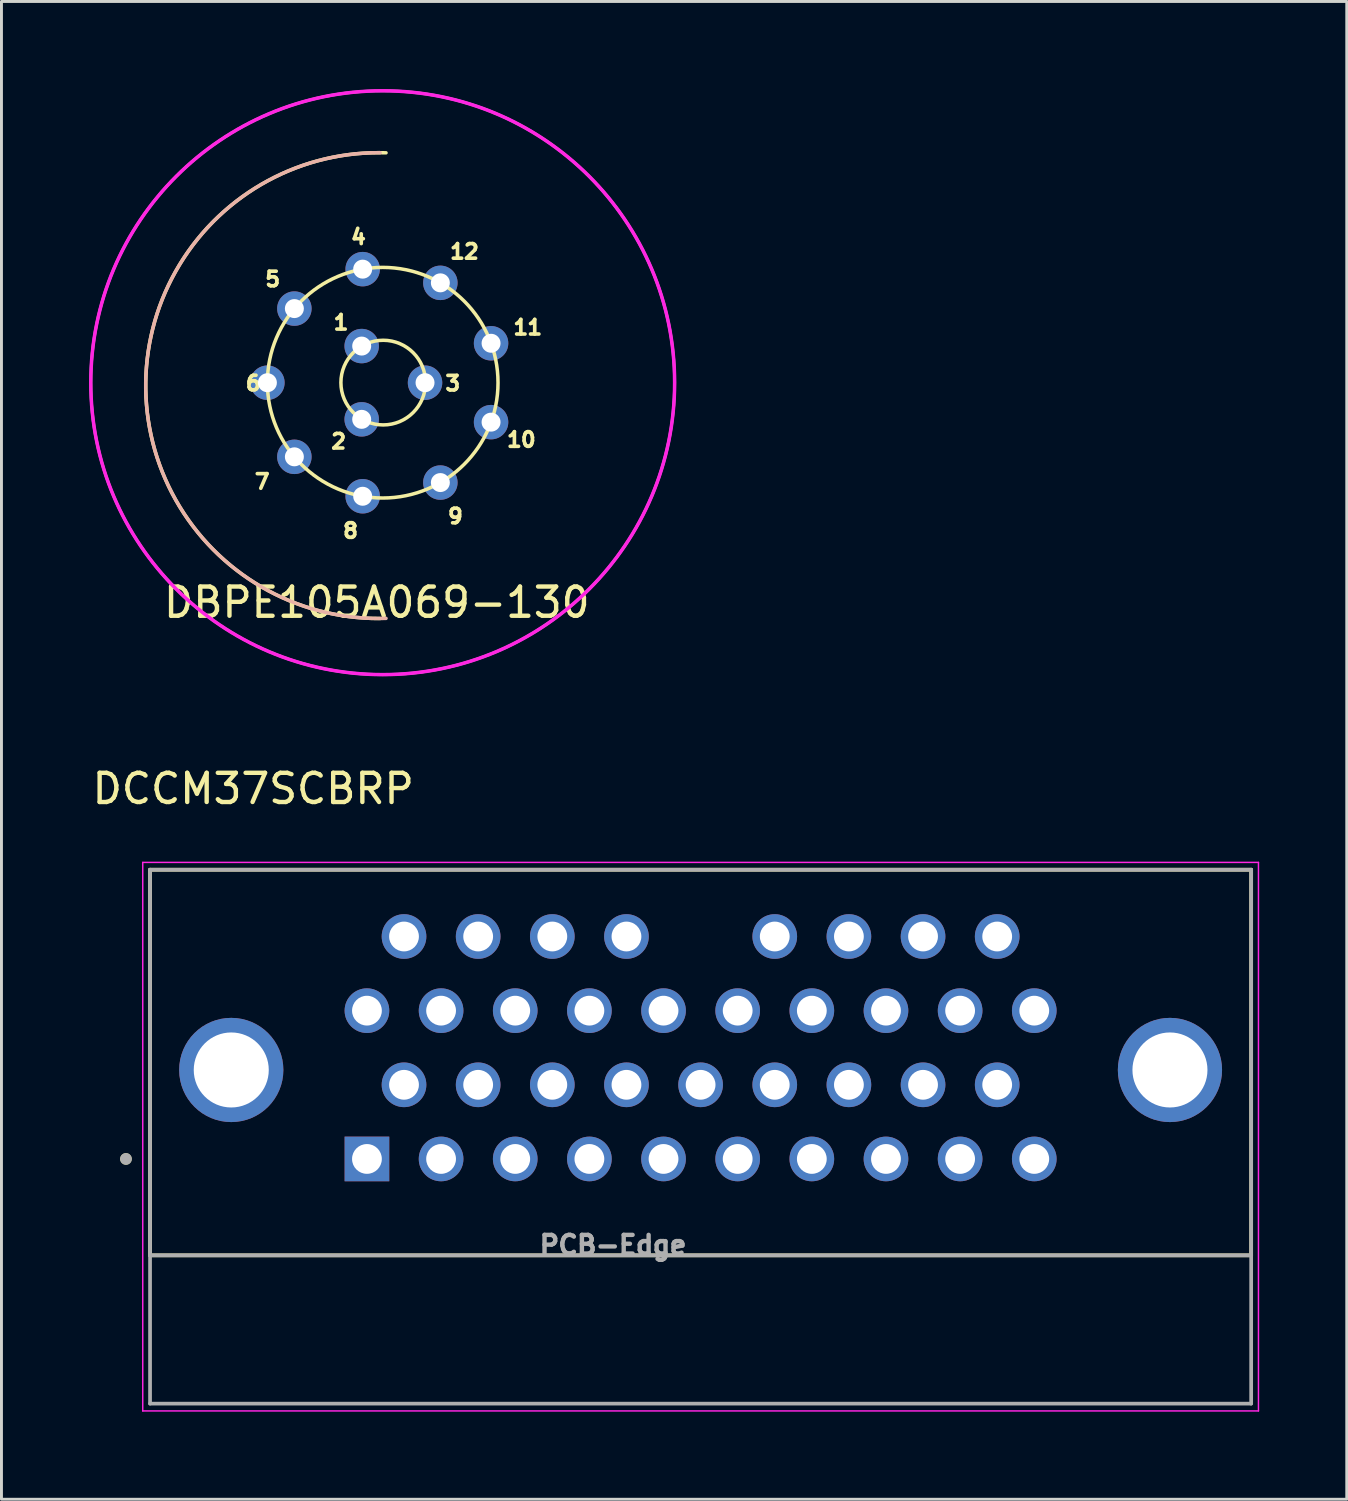
<source format=kicad_pcb>
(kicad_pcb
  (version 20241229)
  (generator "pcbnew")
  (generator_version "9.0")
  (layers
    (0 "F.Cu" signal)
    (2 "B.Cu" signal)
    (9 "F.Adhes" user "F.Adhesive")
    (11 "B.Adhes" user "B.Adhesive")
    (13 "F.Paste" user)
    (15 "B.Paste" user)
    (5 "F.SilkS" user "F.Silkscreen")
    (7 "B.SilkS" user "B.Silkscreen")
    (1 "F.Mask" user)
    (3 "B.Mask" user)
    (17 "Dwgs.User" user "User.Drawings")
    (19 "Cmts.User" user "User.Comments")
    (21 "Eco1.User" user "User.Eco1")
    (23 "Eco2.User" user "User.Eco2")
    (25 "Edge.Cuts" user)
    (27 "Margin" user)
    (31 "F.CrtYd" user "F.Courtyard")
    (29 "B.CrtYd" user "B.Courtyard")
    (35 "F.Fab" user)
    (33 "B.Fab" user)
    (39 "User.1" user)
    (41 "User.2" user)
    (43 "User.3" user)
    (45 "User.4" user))
  (footprint "DCCM37SCBRP"
    (layer "F.Cu")
    (at 20.95 33.603)
    (property "Reference" "DCCM37SCBRP" (at -15.325 -9.635 0) (layer "F.SilkS") (effects (font (size 1 1) (thickness 0.15))))
    (attr through_hole)
    (fp_line (start -18.86 -6.86) (end 18.86 -6.86) (stroke (width 0.127) (type solid)) (layer "F.SilkS"))
    (fp_line (start -18.86 6.35) (end -18.86 -6.86) (stroke (width 0.127) (type solid)) (layer "F.SilkS"))
    (fp_line (start -18.86 6.35) (end 18.86 6.35) (stroke (width 0.127) (type solid)) (layer "F.SilkS"))
    (fp_line (start 18.86 -6.86) (end 18.86 6.35) (stroke (width 0.127) (type solid)) (layer "F.SilkS"))
    (fp_circle (center -19.685 3.048) (end -19.585 3.048) (stroke (width 0.2) (type solid)) (fill no) (layer "F.SilkS"))
    (fp_line (start -19.11 -7.11) (end -19.11 11.68) (stroke (width 0.05) (type solid)) (layer "F.CrtYd"))
    (fp_line (start -19.11 11.68) (end 19.11 11.68) (stroke (width 0.05) (type solid)) (layer "F.CrtYd"))
    (fp_line (start 19.11 -7.11) (end -19.11 -7.11) (stroke (width 0.05) (type solid)) (layer "F.CrtYd"))
    (fp_line (start 19.11 11.68) (end 19.11 -7.11) (stroke (width 0.05) (type solid)) (layer "F.CrtYd"))
    (fp_line (start -18.86 -6.86) (end 18.86 -6.86) (stroke (width 0.127) (type solid)) (layer "F.Fab"))
    (fp_line (start -18.86 6.35) (end -18.86 -6.86) (stroke (width 0.127) (type solid)) (layer "F.Fab"))
    (fp_line (start -18.86 6.35) (end 18.86 6.35) (stroke (width 0.127) (type solid)) (layer "F.Fab"))
    (fp_line (start -18.86 11.43) (end -18.86 6.35) (stroke (width 0.127) (type solid)) (layer "F.Fab"))
    (fp_line (start 18.86 -6.86) (end 18.86 6.35) (stroke (width 0.127) (type solid)) (layer "F.Fab"))
    (fp_line (start 18.86 6.35) (end 18.86 11.43) (stroke (width 0.127) (type solid)) (layer "F.Fab"))
    (fp_line (start 18.86 11.43) (end -18.86 11.43) (stroke (width 0.127) (type solid)) (layer "F.Fab"))
    (fp_circle (center -19.685 3.048) (end -19.585 3.048) (stroke (width 0.2) (type solid)) (fill no) (layer "F.Fab"))
    (fp_text user "PCB-Edge" (at -3 6 0) (layer "F.Fab") (effects (font (size 0.64 0.64) (thickness 0.15))))
    (pad "0" thru_hole circle (at -16.078 0) (size 3.57 3.57) (drill 2.57) (layers "*.Cu" "*.Mask"))
    (pad "0" thru_hole circle (at 16.078 0) (size 3.57 3.57) (drill 2.57) (layers "*.Cu" "*.Mask"))
    (pad "1" thru_hole rect (at -11.43 3.048) (size 1.53 1.53) (drill 1.02) (layers "*.Cu" "*.Mask"))
    (pad "2" thru_hole circle (at -10.16 0.508) (size 1.53 1.53) (drill 1.02) (layers "*.Cu" "*.Mask"))
    (pad "3" thru_hole circle (at -8.89 3.048) (size 1.53 1.53) (drill 1.02) (layers "*.Cu" "*.Mask"))
    (pad "4" thru_hole circle (at -7.62 0.508) (size 1.53 1.53) (drill 1.02) (layers "*.Cu" "*.Mask"))
    (pad "5" thru_hole circle (at -6.35 3.048) (size 1.53 1.53) (drill 1.02) (layers "*.Cu" "*.Mask"))
    (pad "6" thru_hole circle (at -5.08 0.508) (size 1.53 1.53) (drill 1.02) (layers "*.Cu" "*.Mask"))
    (pad "7" thru_hole circle (at -3.81 3.048) (size 1.53 1.53) (drill 1.02) (layers "*.Cu" "*.Mask"))
    (pad "8" thru_hole circle (at -2.54 0.508) (size 1.53 1.53) (drill 1.02) (layers "*.Cu" "*.Mask"))
    (pad "9" thru_hole circle (at -1.27 3.048) (size 1.53 1.53) (drill 1.02) (layers "*.Cu" "*.Mask"))
    (pad "10" thru_hole circle (at 0 0.508) (size 1.53 1.53) (drill 1.02) (layers "*.Cu" "*.Mask"))
    (pad "11" thru_hole circle (at 1.27 3.048) (size 1.53 1.53) (drill 1.02) (layers "*.Cu" "*.Mask"))
    (pad "12" thru_hole circle (at 2.54 0.508) (size 1.53 1.53) (drill 1.02) (layers "*.Cu" "*.Mask"))
    (pad "13" thru_hole circle (at 3.81 3.048) (size 1.53 1.53) (drill 1.02) (layers "*.Cu" "*.Mask"))
    (pad "14" thru_hole circle (at 5.08 0.508) (size 1.53 1.53) (drill 1.02) (layers "*.Cu" "*.Mask"))
    (pad "15" thru_hole circle (at 6.35 3.048) (size 1.53 1.53) (drill 1.02) (layers "*.Cu" "*.Mask"))
    (pad "16" thru_hole circle (at 7.62 0.508) (size 1.53 1.53) (drill 1.02) (layers "*.Cu" "*.Mask"))
    (pad "17" thru_hole circle (at 8.89 3.048) (size 1.53 1.53) (drill 1.02) (layers "*.Cu" "*.Mask"))
    (pad "18" thru_hole circle (at 10.16 0.508) (size 1.53 1.53) (drill 1.02) (layers "*.Cu" "*.Mask"))
    (pad "19" thru_hole circle (at 11.43 3.048) (size 1.53 1.53) (drill 1.02) (layers "*.Cu" "*.Mask"))
    (pad "20" thru_hole circle (at -11.43 -2.032) (size 1.53 1.53) (drill 1.02) (layers "*.Cu" "*.Mask"))
    (pad "21" thru_hole circle (at -10.16 -4.572) (size 1.53 1.53) (drill 1.02) (layers "*.Cu" "*.Mask"))
    (pad "22" thru_hole circle (at -8.89 -2.032) (size 1.53 1.53) (drill 1.02) (layers "*.Cu" "*.Mask"))
    (pad "23" thru_hole circle (at -7.62 -4.572) (size 1.53 1.53) (drill 1.02) (layers "*.Cu" "*.Mask"))
    (pad "24" thru_hole circle (at -6.35 -2.032) (size 1.53 1.53) (drill 1.02) (layers "*.Cu" "*.Mask"))
    (pad "25" thru_hole circle (at -5.08 -4.572) (size 1.53 1.53) (drill 1.02) (layers "*.Cu" "*.Mask"))
    (pad "26" thru_hole circle (at -3.81 -2.032) (size 1.53 1.53) (drill 1.02) (layers "*.Cu" "*.Mask"))
    (pad "27" thru_hole circle (at -2.54 -4.572) (size 1.53 1.53) (drill 1.02) (layers "*.Cu" "*.Mask"))
    (pad "28" thru_hole circle (at -1.27 -2.032) (size 1.53 1.53) (drill 1.02) (layers "*.Cu" "*.Mask"))
    (pad "29" thru_hole circle (at 1.27 -2.032) (size 1.53 1.53) (drill 1.02) (layers "*.Cu" "*.Mask"))
    (pad "30" thru_hole circle (at 2.54 -4.572) (size 1.53 1.53) (drill 1.02) (layers "*.Cu" "*.Mask"))
    (pad "31" thru_hole circle (at 3.81 -2.032) (size 1.53 1.53) (drill 1.02) (layers "*.Cu" "*.Mask"))
    (pad "32" thru_hole circle (at 5.08 -4.572) (size 1.53 1.53) (drill 1.02) (layers "*.Cu" "*.Mask"))
    (pad "33" thru_hole circle (at 6.35 -2.032) (size 1.53 1.53) (drill 1.02) (layers "*.Cu" "*.Mask"))
    (pad "34" thru_hole circle (at 7.62 -4.572) (size 1.53 1.53) (drill 1.02) (layers "*.Cu" "*.Mask"))
    (pad "35" thru_hole circle (at 8.89 -2.032) (size 1.53 1.53) (drill 1.02) (layers "*.Cu" "*.Mask"))
    (pad "36" thru_hole circle (at 10.16 -4.572) (size 1.53 1.53) (drill 1.02) (layers "*.Cu" "*.Mask"))
    (pad "37" thru_hole circle (at 11.43 -2.032) (size 1.53 1.53) (drill 1.02) (layers "*.Cu" "*.Mask")))
  (footprint "DBPE105A069-130"
    (layer "F.Cu")
    (at 10.06 10.06)
    (property "Reference" "DBPE105A069-130" (at -0.202 7.528 0) (unlocked yes) (layer "F.SilkS") (effects (font (size 1 1) (thickness 0.15))))
    (attr through_hole)
    (fp_arc (start -0.088 8.077) (mid -8.116528 -0.001651) (end 0.113266 -7.875174) (stroke (width 0.12) (type solid)) (layer "F.SilkS"))
    (fp_circle (center 0 0) (end 3.95 0) (stroke (width 0.12) (type solid)) (fill no) (layer "F.SilkS"))
    (fp_circle (center 0.018 -0.004) (end 1.468 -0.004) (stroke (width 0.12) (type solid)) (fill no) (layer "F.SilkS"))
    (fp_arc (start 0.113266 8.073174) (mid -8.116528 0.199651) (end -0.088 -7.879) (stroke (width 0.12) (type solid)) (layer "B.SilkS"))
    (fp_circle (center 0 0) (end 10 0) (stroke (width 0.12) (type solid)) (fill no) (layer "F.CrtYd"))
    (fp_circle (center 0 0) (end 10 0) (stroke (width 0.1) (type solid)) (fill no) (layer "F.Fab"))
    (fp_text user "7" (at -4.129 3.39 0) (unlocked yes) (layer "F.SilkS") (effects (font (size 0.5 0.5) (thickness 0.125))))
    (fp_text user "1" (at -1.428 -2.062 0) (unlocked yes) (layer "F.SilkS") (effects (font (size 0.5 0.5) (thickness 0.125))))
    (fp_text user "8" (at -1.102 5.071 0) (unlocked yes) (layer "F.SilkS") (effects (font (size 0.5 0.5) (thickness 0.125))))
    (fp_text user "9" (at 2.49 4.574 0) (unlocked yes) (layer "F.SilkS") (effects (font (size 0.5 0.5) (thickness 0.125))))
    (fp_text user "5" (at -3.768 -3.545 0) (unlocked yes) (layer "F.SilkS") (effects (font (size 0.5 0.5) (thickness 0.125))))
    (fp_text user "4" (at -0.831 -4.991 0) (unlocked yes) (layer "F.SilkS") (effects (font (size 0.5 0.5) (thickness 0.125))))
    (fp_text user "6" (at -4.436 0.019 0) (unlocked yes) (layer "F.SilkS") (effects (font (size 0.5 0.5) (thickness 0.125))))
    (fp_text user "3" (at 2.4 0.024 0) (unlocked yes) (layer "F.SilkS") (effects (font (size 0.5 0.5) (thickness 0.125))))
    (fp_text user "12" (at 2.8 -4.491 0) (unlocked yes) (layer "F.SilkS") (effects (font (size 0.5 0.5) (thickness 0.125))))
    (fp_text user "10" (at 4.749 1.953 0) (unlocked yes) (layer "F.SilkS") (effects (font (size 0.5 0.5) (thickness 0.125))))
    (fp_text user "2" (at -1.509 2.012 0) (unlocked yes) (layer "F.SilkS") (effects (font (size 0.5 0.5) (thickness 0.125))))
    (fp_text user "11" (at 4.969 -1.893 0) (unlocked yes) (layer "F.SilkS") (effects (font (size 0.5 0.5) (thickness 0.125))))
    (pad "1" thru_hole circle (at -0.72 -1.255) (size 1.18 1.18) (drill 0.65) (layers "*.Cu" "*.Mask"))
    (pad "2" thru_hole circle (at -0.72 1.255) (size 1.18 1.18) (drill 0.65) (layers "*.Cu" "*.Mask"))
    (pad "3" thru_hole circle (at 1.45 0) (size 1.18 1.18) (drill 0.65) (layers "*.Cu" "*.Mask"))
    (pad "4" thru_hole circle (at -0.686 -3.89 280) (size 1.18 1.18) (drill 0.65) (layers "*.Cu" "*.Mask"))
    (pad "5" thru_hole circle (at -3.026 -2.539 320) (size 1.18 1.18) (drill 0.65) (layers "*.Cu" "*.Mask"))
    (pad "6" thru_hole circle (at -3.95 0) (size 1.18 1.18) (drill 0.65) (layers "*.Cu" "*.Mask"))
    (pad "7" thru_hole circle (at -3.026 2.539 40) (size 1.18 1.18) (drill 0.65) (layers "*.Cu" "*.Mask"))
    (pad "8" thru_hole circle (at -0.686 3.89 80) (size 1.18 1.18) (drill 0.65) (layers "*.Cu" "*.Mask"))
    (pad "9" thru_hole circle (at 1.975 3.421 120) (size 1.18 1.18) (drill 0.65) (layers "*.Cu" "*.Mask"))
    (pad "10" thru_hole circle (at 3.712 1.351 160) (size 1.18 1.18) (drill 0.65) (layers "*.Cu" "*.Mask"))
    (pad "11" thru_hole circle (at 3.712 -1.351 200) (size 1.18 1.18) (drill 0.65) (layers "*.Cu" "*.Mask"))
    (pad "12" thru_hole circle (at 1.975 -3.421 240) (size 1.18 1.18) (drill 0.65) (layers "*.Cu" "*.Mask")))
  (gr_rect
    (start -3 -3)
    (end 43.085 48.308)
    (stroke (width 0.1) (type default))
    (fill no)
    (layer "Edge.Cuts")))
</source>
